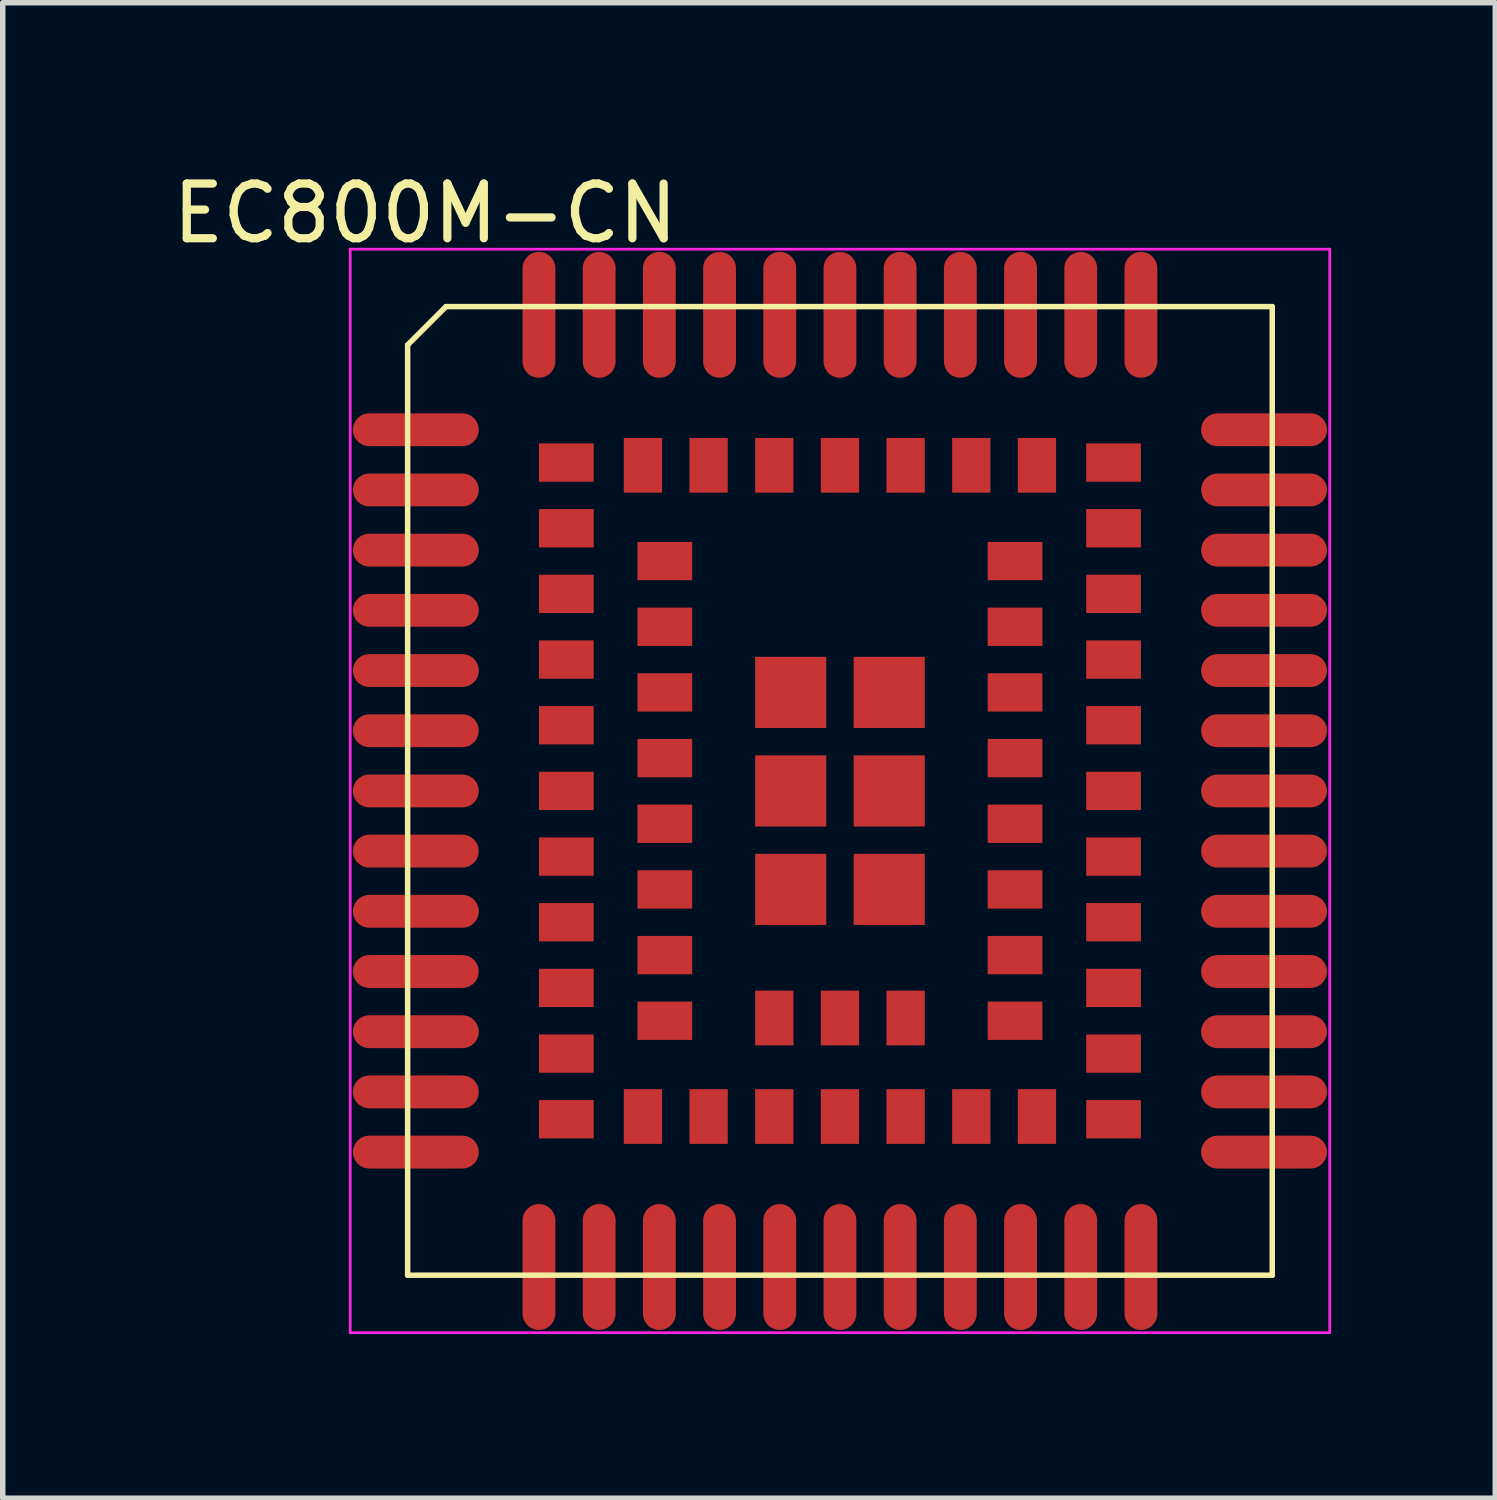
<source format=kicad_pcb>
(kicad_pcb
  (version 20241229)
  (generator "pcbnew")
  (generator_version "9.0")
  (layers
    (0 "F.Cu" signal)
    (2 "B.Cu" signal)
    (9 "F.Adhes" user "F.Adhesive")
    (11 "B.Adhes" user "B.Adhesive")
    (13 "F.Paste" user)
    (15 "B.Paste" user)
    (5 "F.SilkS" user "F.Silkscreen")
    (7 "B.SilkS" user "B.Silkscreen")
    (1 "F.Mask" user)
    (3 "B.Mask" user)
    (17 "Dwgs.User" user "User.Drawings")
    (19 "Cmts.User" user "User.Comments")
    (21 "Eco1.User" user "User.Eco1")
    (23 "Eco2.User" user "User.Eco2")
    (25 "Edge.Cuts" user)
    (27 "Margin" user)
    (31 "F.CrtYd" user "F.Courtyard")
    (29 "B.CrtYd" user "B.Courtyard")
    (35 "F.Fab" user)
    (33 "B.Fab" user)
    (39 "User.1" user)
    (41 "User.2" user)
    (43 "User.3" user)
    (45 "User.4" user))
  (footprint "EC800M-CN"
    (layer "F.Cu")
    (at 12.299 11.403)
    (property "Reference" "EC800M-CN" (at -7.579 -10.554 0) (layer "F.SilkS") (effects (font (size 1 1) (thickness 0.15))))
    (attr through_hole)
    (fp_line (start -7.9 -8.15) (end -7.2 -8.85) (stroke (width 0.1) (type solid)) (layer "F.SilkS"))
    (fp_line (start -7.9 8.85) (end -7.9 -8.15) (stroke (width 0.1) (type solid)) (layer "F.SilkS"))
    (fp_line (start -7.9 8.85) (end 7.9 8.85) (stroke (width 0.1) (type solid)) (layer "F.SilkS"))
    (fp_line (start -7.2 -8.85) (end 7.9 -8.85) (stroke (width 0.1) (type solid)) (layer "F.SilkS"))
    (fp_line (start 7.9 8.85) (end 7.9 -8.85) (stroke (width 0.1) (type solid)) (layer "F.SilkS"))
    (fp_line (start -8.95 -9.9) (end 8.95 -9.9) (stroke (width 0.05) (type solid)) (layer "F.CrtYd"))
    (fp_line (start -8.95 9.9) (end -8.95 -9.9) (stroke (width 0.05) (type solid)) (layer "F.CrtYd"))
    (fp_line (start 8.95 -9.9) (end 8.95 9.9) (stroke (width 0.05) (type solid)) (layer "F.CrtYd"))
    (fp_line (start 8.95 9.9) (end -8.95 9.9) (stroke (width 0.05) (type solid)) (layer "F.CrtYd"))
    (pad "1" smd oval (at -7.75 -6.6) (size 2.3 0.6) (layers "F.Cu" "F.Mask" "F.Paste"))
    (pad "2" smd oval (at -7.75 -5.5) (size 2.3 0.6) (layers "F.Cu" "F.Mask" "F.Paste"))
    (pad "3" smd oval (at -7.75 -4.4) (size 2.3 0.6) (layers "F.Cu" "F.Mask" "F.Paste"))
    (pad "4" smd oval (at -7.75 -3.3) (size 2.3 0.6) (layers "F.Cu" "F.Mask" "F.Paste"))
    (pad "5" smd oval (at -7.75 -2.2) (size 2.3 0.6) (layers "F.Cu" "F.Mask" "F.Paste"))
    (pad "6" smd oval (at -7.75 -1.1) (size 2.3 0.6) (layers "F.Cu" "F.Mask" "F.Paste"))
    (pad "7" smd oval (at -7.75 0) (size 2.3 0.6) (layers "F.Cu" "F.Mask" "F.Paste"))
    (pad "8" smd oval (at -7.75 1.1) (size 2.3 0.6) (layers "F.Cu" "F.Mask" "F.Paste"))
    (pad "9" smd oval (at -7.75 2.2) (size 2.3 0.6) (layers "F.Cu" "F.Mask" "F.Paste"))
    (pad "10" smd oval (at -7.75 3.3) (size 2.3 0.6) (layers "F.Cu" "F.Mask" "F.Paste"))
    (pad "11" smd oval (at -7.75 4.4) (size 2.3 0.6) (layers "F.Cu" "F.Mask" "F.Paste"))
    (pad "12" smd oval (at -7.75 5.5) (size 2.3 0.6) (layers "F.Cu" "F.Mask" "F.Paste"))
    (pad "13" smd oval (at -7.75 6.6) (size 2.3 0.6) (layers "F.Cu" "F.Mask" "F.Paste"))
    (pad "14" smd oval (at -4.4 8.7 90) (size 2.3 0.6) (layers "F.Cu" "F.Mask" "F.Paste"))
    (pad "15" smd oval (at -3.3 8.7 90) (size 2.3 0.6) (layers "F.Cu" "F.Mask" "F.Paste"))
    (pad "16" smd oval (at -2.2 8.7 90) (size 2.3 0.6) (layers "F.Cu" "F.Mask" "F.Paste"))
    (pad "17" smd oval (at -1.1 8.7 90) (size 2.3 0.6) (layers "F.Cu" "F.Mask" "F.Paste"))
    (pad "18" smd oval (at 0 8.7 90) (size 2.3 0.6) (layers "F.Cu" "F.Mask" "F.Paste"))
    (pad "19" smd oval (at 1.1 8.7 90) (size 2.3 0.6) (layers "F.Cu" "F.Mask" "F.Paste"))
    (pad "20" smd oval (at 2.2 8.7 90) (size 2.3 0.6) (layers "F.Cu" "F.Mask" "F.Paste"))
    (pad "21" smd oval (at 3.3 8.7 90) (size 2.3 0.6) (layers "F.Cu" "F.Mask" "F.Paste"))
    (pad "22" smd oval (at 4.4 8.7 90) (size 2.3 0.6) (layers "F.Cu" "F.Mask" "F.Paste"))
    (pad "23" smd oval (at 7.75 6.6) (size 2.3 0.6) (layers "F.Cu" "F.Mask" "F.Paste"))
    (pad "24" smd oval (at 7.75 5.5) (size 2.3 0.6) (layers "F.Cu" "F.Mask" "F.Paste"))
    (pad "25" smd oval (at 7.75 4.4) (size 2.3 0.6) (layers "F.Cu" "F.Mask" "F.Paste"))
    (pad "26" smd oval (at 7.75 3.3) (size 2.3 0.6) (layers "F.Cu" "F.Mask" "F.Paste"))
    (pad "27" smd oval (at 7.75 2.2) (size 2.3 0.6) (layers "F.Cu" "F.Mask" "F.Paste"))
    (pad "28" smd oval (at 7.75 1.1) (size 2.3 0.6) (layers "F.Cu" "F.Mask" "F.Paste"))
    (pad "29" smd oval (at 7.75 0) (size 2.3 0.6) (layers "F.Cu" "F.Mask" "F.Paste"))
    (pad "30" smd oval (at 7.75 -1.1) (size 2.3 0.6) (layers "F.Cu" "F.Mask" "F.Paste"))
    (pad "31" smd oval (at 7.75 -2.2) (size 2.3 0.6) (layers "F.Cu" "F.Mask" "F.Paste"))
    (pad "32" smd oval (at 7.75 -3.3) (size 2.3 0.6) (layers "F.Cu" "F.Mask" "F.Paste"))
    (pad "33" smd oval (at 7.75 -4.4) (size 2.3 0.6) (layers "F.Cu" "F.Mask" "F.Paste"))
    (pad "34" smd oval (at 7.75 -5.5) (size 2.3 0.6) (layers "F.Cu" "F.Mask" "F.Paste"))
    (pad "35" smd oval (at 7.75 -6.6) (size 2.3 0.6) (layers "F.Cu" "F.Mask" "F.Paste"))
    (pad "36" smd oval (at 4.4 -8.7 90) (size 2.3 0.6) (layers "F.Cu" "F.Mask" "F.Paste"))
    (pad "37" smd oval (at 3.3 -8.7 90) (size 2.3 0.6) (layers "F.Cu" "F.Mask" "F.Paste"))
    (pad "38" smd oval (at 2.2 -8.7 90) (size 2.3 0.6) (layers "F.Cu" "F.Mask" "F.Paste"))
    (pad "39" smd oval (at 1.1 -8.7 90) (size 2.3 0.6) (layers "F.Cu" "F.Mask" "F.Paste"))
    (pad "40" smd oval (at 0 -8.7 90) (size 2.3 0.6) (layers "F.Cu" "F.Mask" "F.Paste"))
    (pad "41" smd oval (at -1.1 -8.7 90) (size 2.3 0.6) (layers "F.Cu" "F.Mask" "F.Paste"))
    (pad "42" smd oval (at -2.2 -8.7 90) (size 2.3 0.6) (layers "F.Cu" "F.Mask" "F.Paste"))
    (pad "43" smd oval (at -3.3 -8.7 90) (size 2.3 0.6) (layers "F.Cu" "F.Mask" "F.Paste"))
    (pad "44" smd oval (at -4.4 -8.7 90) (size 2.3 0.6) (layers "F.Cu" "F.Mask" "F.Paste"))
    (pad "45" smd rect (at -5 -4.8) (size 1 0.7) (layers "F.Cu" "F.Mask" "F.Paste"))
    (pad "46" smd rect (at -5 -3.6) (size 1 0.7) (layers "F.Cu" "F.Mask" "F.Paste"))
    (pad "47" smd rect (at -5 -2.4) (size 1 0.7) (layers "F.Cu" "F.Mask" "F.Paste"))
    (pad "48" smd rect (at -5 -1.2) (size 1 0.7) (layers "F.Cu" "F.Mask" "F.Paste"))
    (pad "49" smd rect (at -5 0) (size 1 0.7) (layers "F.Cu" "F.Mask" "F.Paste"))
    (pad "50" smd rect (at -5 1.2) (size 1 0.7) (layers "F.Cu" "F.Mask" "F.Paste"))
    (pad "51" smd rect (at -5 2.4) (size 1 0.7) (layers "F.Cu" "F.Mask" "F.Paste"))
    (pad "52" smd rect (at -5 3.6) (size 1 0.7) (layers "F.Cu" "F.Mask" "F.Paste"))
    (pad "53" smd rect (at -5 4.8) (size 1 0.7) (layers "F.Cu" "F.Mask" "F.Paste"))
    (pad "54" smd rect (at -2.4 5.95 90) (size 1 0.7) (layers "F.Cu" "F.Mask" "F.Paste"))
    (pad "55" smd rect (at -1.2 5.95 90) (size 1 0.7) (layers "F.Cu" "F.Mask" "F.Paste"))
    (pad "56" smd rect (at 0 5.95 90) (size 1 0.7) (layers "F.Cu" "F.Mask" "F.Paste"))
    (pad "57" smd rect (at 1.2 5.95 90) (size 1 0.7) (layers "F.Cu" "F.Mask" "F.Paste"))
    (pad "58" smd rect (at 2.4 5.95 90) (size 1 0.7) (layers "F.Cu" "F.Mask" "F.Paste"))
    (pad "59" smd rect (at 5 4.8) (size 1 0.7) (layers "F.Cu" "F.Mask" "F.Paste"))
    (pad "60" smd rect (at 5 3.6) (size 1 0.7) (layers "F.Cu" "F.Mask" "F.Paste"))
    (pad "61" smd rect (at 5 2.4) (size 1 0.7) (layers "F.Cu" "F.Mask" "F.Paste"))
    (pad "62" smd rect (at 5 1.2) (size 1 0.7) (layers "F.Cu" "F.Mask" "F.Paste"))
    (pad "63" smd rect (at 5 0) (size 1 0.7) (layers "F.Cu" "F.Mask" "F.Paste"))
    (pad "64" smd rect (at 5 -1.2) (size 1 0.7) (layers "F.Cu" "F.Mask" "F.Paste"))
    (pad "65" smd rect (at 5 -2.4) (size 1 0.7) (layers "F.Cu" "F.Mask" "F.Paste"))
    (pad "66" smd rect (at 5 -3.6) (size 1 0.7) (layers "F.Cu" "F.Mask" "F.Paste"))
    (pad "67" smd rect (at 5 -4.8) (size 1 0.7) (layers "F.Cu" "F.Mask" "F.Paste"))
    (pad "68" smd rect (at 2.4 -5.95 90) (size 1 0.7) (layers "F.Cu" "F.Mask" "F.Paste"))
    (pad "69" smd rect (at 1.2 -5.95 90) (size 1 0.7) (layers "F.Cu" "F.Mask" "F.Paste"))
    (pad "70" smd rect (at 0 -5.95 90) (size 1 0.7) (layers "F.Cu" "F.Mask" "F.Paste"))
    (pad "71" smd rect (at -1.2 -5.95 90) (size 1 0.7) (layers "F.Cu" "F.Mask" "F.Paste"))
    (pad "72" smd rect (at -2.4 -5.95 90) (size 1 0.7) (layers "F.Cu" "F.Mask" "F.Paste"))
    (pad "73" smd rect (at -3.2 -4.2) (size 1 0.7) (layers "F.Cu" "F.Mask" "F.Paste"))
    (pad "74" smd rect (at -3.2 -3) (size 1 0.7) (layers "F.Cu" "F.Mask" "F.Paste"))
    (pad "75" smd rect (at -3.2 -1.8) (size 1 0.7) (layers "F.Cu" "F.Mask" "F.Paste"))
    (pad "76" smd rect (at -3.2 -0.6) (size 1 0.7) (layers "F.Cu" "F.Mask" "F.Paste"))
    (pad "77" smd rect (at -3.2 0.6) (size 1 0.7) (layers "F.Cu" "F.Mask" "F.Paste"))
    (pad "78" smd rect (at -3.2 1.8) (size 1 0.7) (layers "F.Cu" "F.Mask" "F.Paste"))
    (pad "79" smd rect (at -3.2 3) (size 1 0.7) (layers "F.Cu" "F.Mask" "F.Paste"))
    (pad "80" smd rect (at -3.2 4.2) (size 1 0.7) (layers "F.Cu" "F.Mask" "F.Paste"))
    (pad "81" smd rect (at 3.2 4.2) (size 1 0.7) (layers "F.Cu" "F.Mask" "F.Paste"))
    (pad "82" smd rect (at 3.2 3) (size 1 0.7) (layers "F.Cu" "F.Mask" "F.Paste"))
    (pad "83" smd rect (at 3.2 1.8) (size 1 0.7) (layers "F.Cu" "F.Mask" "F.Paste"))
    (pad "84" smd rect (at 3.2 0.6) (size 1 0.7) (layers "F.Cu" "F.Mask" "F.Paste"))
    (pad "85" smd rect (at 3.2 -0.6) (size 1 0.7) (layers "F.Cu" "F.Mask" "F.Paste"))
    (pad "86" smd rect (at 3.2 -1.8) (size 1 0.7) (layers "F.Cu" "F.Mask" "F.Paste"))
    (pad "87" smd rect (at 3.2 -3) (size 1 0.7) (layers "F.Cu" "F.Mask" "F.Paste"))
    (pad "88" smd rect (at 3.2 -4.2) (size 1 0.7) (layers "F.Cu" "F.Mask" "F.Paste"))
    (pad "89" smd rect (at -0.9 -1.8) (size 1.3 1.3) (layers "F.Cu" "F.Mask" "F.Paste"))
    (pad "90" smd rect (at -0.9 0) (size 1.3 1.3) (layers "F.Cu" "F.Mask" "F.Paste"))
    (pad "91" smd rect (at -0.9 1.8) (size 1.3 1.3) (layers "F.Cu" "F.Mask" "F.Paste"))
    (pad "92" smd rect (at 0.9 1.8) (size 1.3 1.3) (layers "F.Cu" "F.Mask" "F.Paste"))
    (pad "93" smd rect (at 0.9 0) (size 1.3 1.3) (layers "F.Cu" "F.Mask" "F.Paste"))
    (pad "94" smd rect (at 0.9 -1.8) (size 1.3 1.3) (layers "F.Cu" "F.Mask" "F.Paste"))
    (pad "95" smd oval (at -5.5 8.7 90) (size 2.3 0.6) (layers "F.Cu" "F.Mask" "F.Paste"))
    (pad "96" smd oval (at 5.5 8.7 90) (size 2.3 0.6) (layers "F.Cu" "F.Mask" "F.Paste"))
    (pad "97" smd oval (at 5.5 -8.7 90) (size 2.3 0.6) (layers "F.Cu" "F.Mask" "F.Paste"))
    (pad "98" smd oval (at -5.5 -8.7 90) (size 2.3 0.6) (layers "F.Cu" "F.Mask" "F.Paste"))
    (pad "99" smd rect (at -5 -6) (size 1 0.7) (layers "F.Cu" "F.Mask" "F.Paste"))
    (pad "100" smd rect (at -5 6) (size 1 0.7) (layers "F.Cu" "F.Mask" "F.Paste"))
    (pad "101" smd rect (at -3.6 5.95 90) (size 1 0.7) (layers "F.Cu" "F.Mask" "F.Paste"))
    (pad "102" smd rect (at 3.6 5.95 90) (size 1 0.7) (layers "F.Cu" "F.Mask" "F.Paste"))
    (pad "103" smd rect (at 5 6) (size 1 0.7) (layers "F.Cu" "F.Mask" "F.Paste"))
    (pad "104" smd rect (at 5 -6) (size 1 0.7) (layers "F.Cu" "F.Mask" "F.Paste"))
    (pad "105" smd rect (at 3.6 -5.95 90) (size 1 0.7) (layers "F.Cu" "F.Mask" "F.Paste"))
    (pad "106" smd rect (at -3.6 -5.95 90) (size 1 0.7) (layers "F.Cu" "F.Mask" "F.Paste"))
    (pad "107" smd rect (at -1.2 4.15 90) (size 1 0.7) (layers "F.Cu" "F.Mask" "F.Paste"))
    (pad "108" smd rect (at 0 4.15 90) (size 1 0.7) (layers "F.Cu" "F.Mask" "F.Paste"))
    (pad "109" smd rect (at 1.2 4.15 90) (size 1 0.7) (layers "F.Cu" "F.Mask" "F.Paste")))
  (gr_rect
    (start -3 -3)
    (end 24.274 24.328)
    (stroke (width 0.1) (type default))
    (fill no)
    (layer "Edge.Cuts")))
</source>
